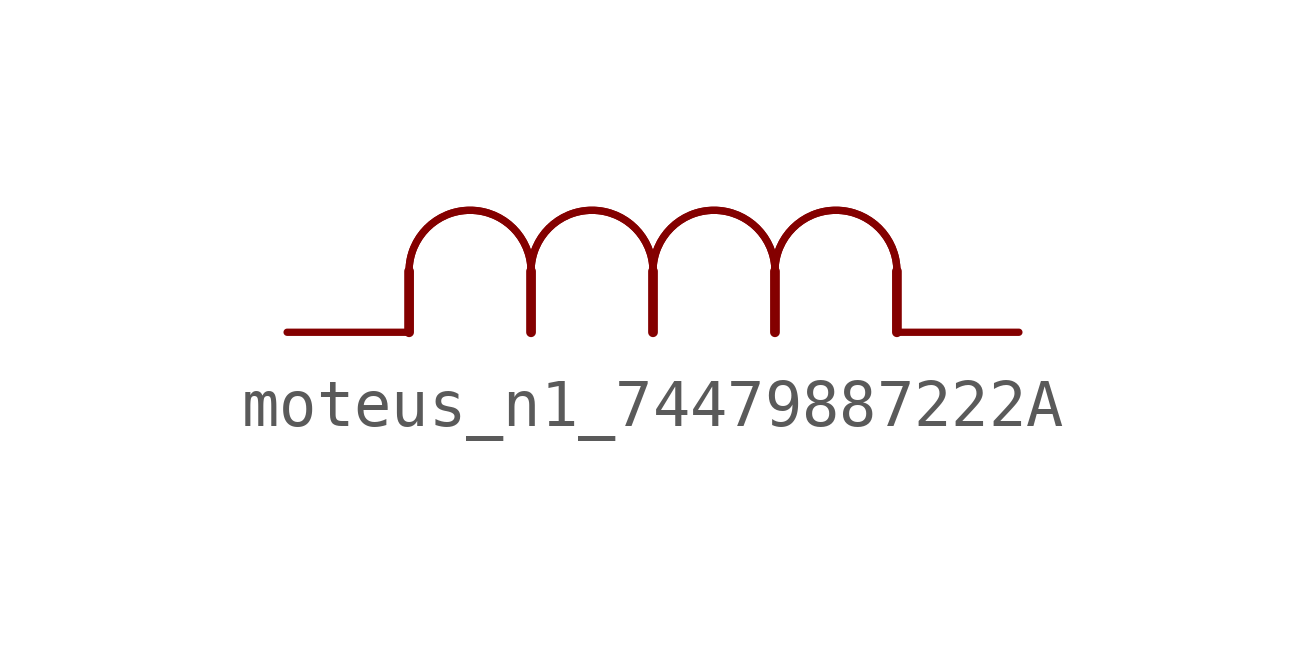
<source format=kicad_sym>
(kicad_symbol_lib
  (version 20241209)
  (generator "kicad_symbol_editor")
  (generator_version "9.0")
  (symbol "moteus_n1_74479887222A"
    (property "Reference" "L"
      (at -0.914 3.353 0)
      (effects (font (size 3.48 2.958)) (justify left bottom) (hide yes)))
    (property "ki_locked" ""
      (at 0 0 0)
      (effects (font (size 1.27 1.27))))
    (symbol "moteus_n1_74479887222A_1_0"
      (polyline (pts (xy 2.54 0) (xy 2.54 1.27)) (stroke (width 0.203) (type solid)) (fill (type none)))
      (arc (start 2.54 1.27) (mid 3.81 2.54) (end 5.08 1.27) (stroke (width 0.1524) (type solid)) (fill (type none)))
      (arc (start 2.54 1.27) (mid 3.81 2.54) (end 5.08 1.27) (stroke (width 0.1524) (type solid)) (fill (type none)))
      (polyline (pts (xy 5.08 0) (xy 5.08 1.27)) (stroke (width 0.203) (type solid)) (fill (type none)))
      (arc (start 5.08 1.27) (mid 6.35 2.54) (end 7.62 1.27) (stroke (width 0.1524) (type solid)) (fill (type none)))
      (arc (start 5.08 1.27) (mid 6.35 2.54) (end 7.62 1.27) (stroke (width 0.1524) (type solid)) (fill (type none)))
      (polyline (pts (xy 7.62 0) (xy 7.62 1.27)) (stroke (width 0.203) (type solid)) (fill (type none)))
      (arc (start 7.62 1.27) (mid 8.89 2.54) (end 10.16 1.27) (stroke (width 0.1524) (type solid)) (fill (type none)))
      (arc (start 7.62 1.27) (mid 8.89 2.54) (end 10.16 1.27) (stroke (width 0.1524) (type solid)) (fill (type none)))
      (polyline (pts (xy 10.16 0) (xy 10.16 1.27)) (stroke (width 0.203) (type solid)) (fill (type none)))
      (arc (start 10.16 1.27) (mid 11.43 2.54) (end 12.7 1.27) (stroke (width 0.1524) (type solid)) (fill (type none)))
      (arc (start 10.16 1.27) (mid 11.43 2.54) (end 12.7 1.27) (stroke (width 0.1524) (type solid)) (fill (type none)))
      (polyline (pts (xy 12.7 0) (xy 12.7 1.27)) (stroke (width 0.203) (type solid)) (fill (type none)))
      (pin passive line (at 0 0 0) (length 2.54) (name "2" (effects (font (size 0 0)))) (number "2" (effects (font (size 0 0)))))
      (pin passive line (at 15.24 0 180) (length 2.54) (name "1" (effects (font (size 0 0)))) (number "1" (effects (font (size 0 0))))))))
</source>
